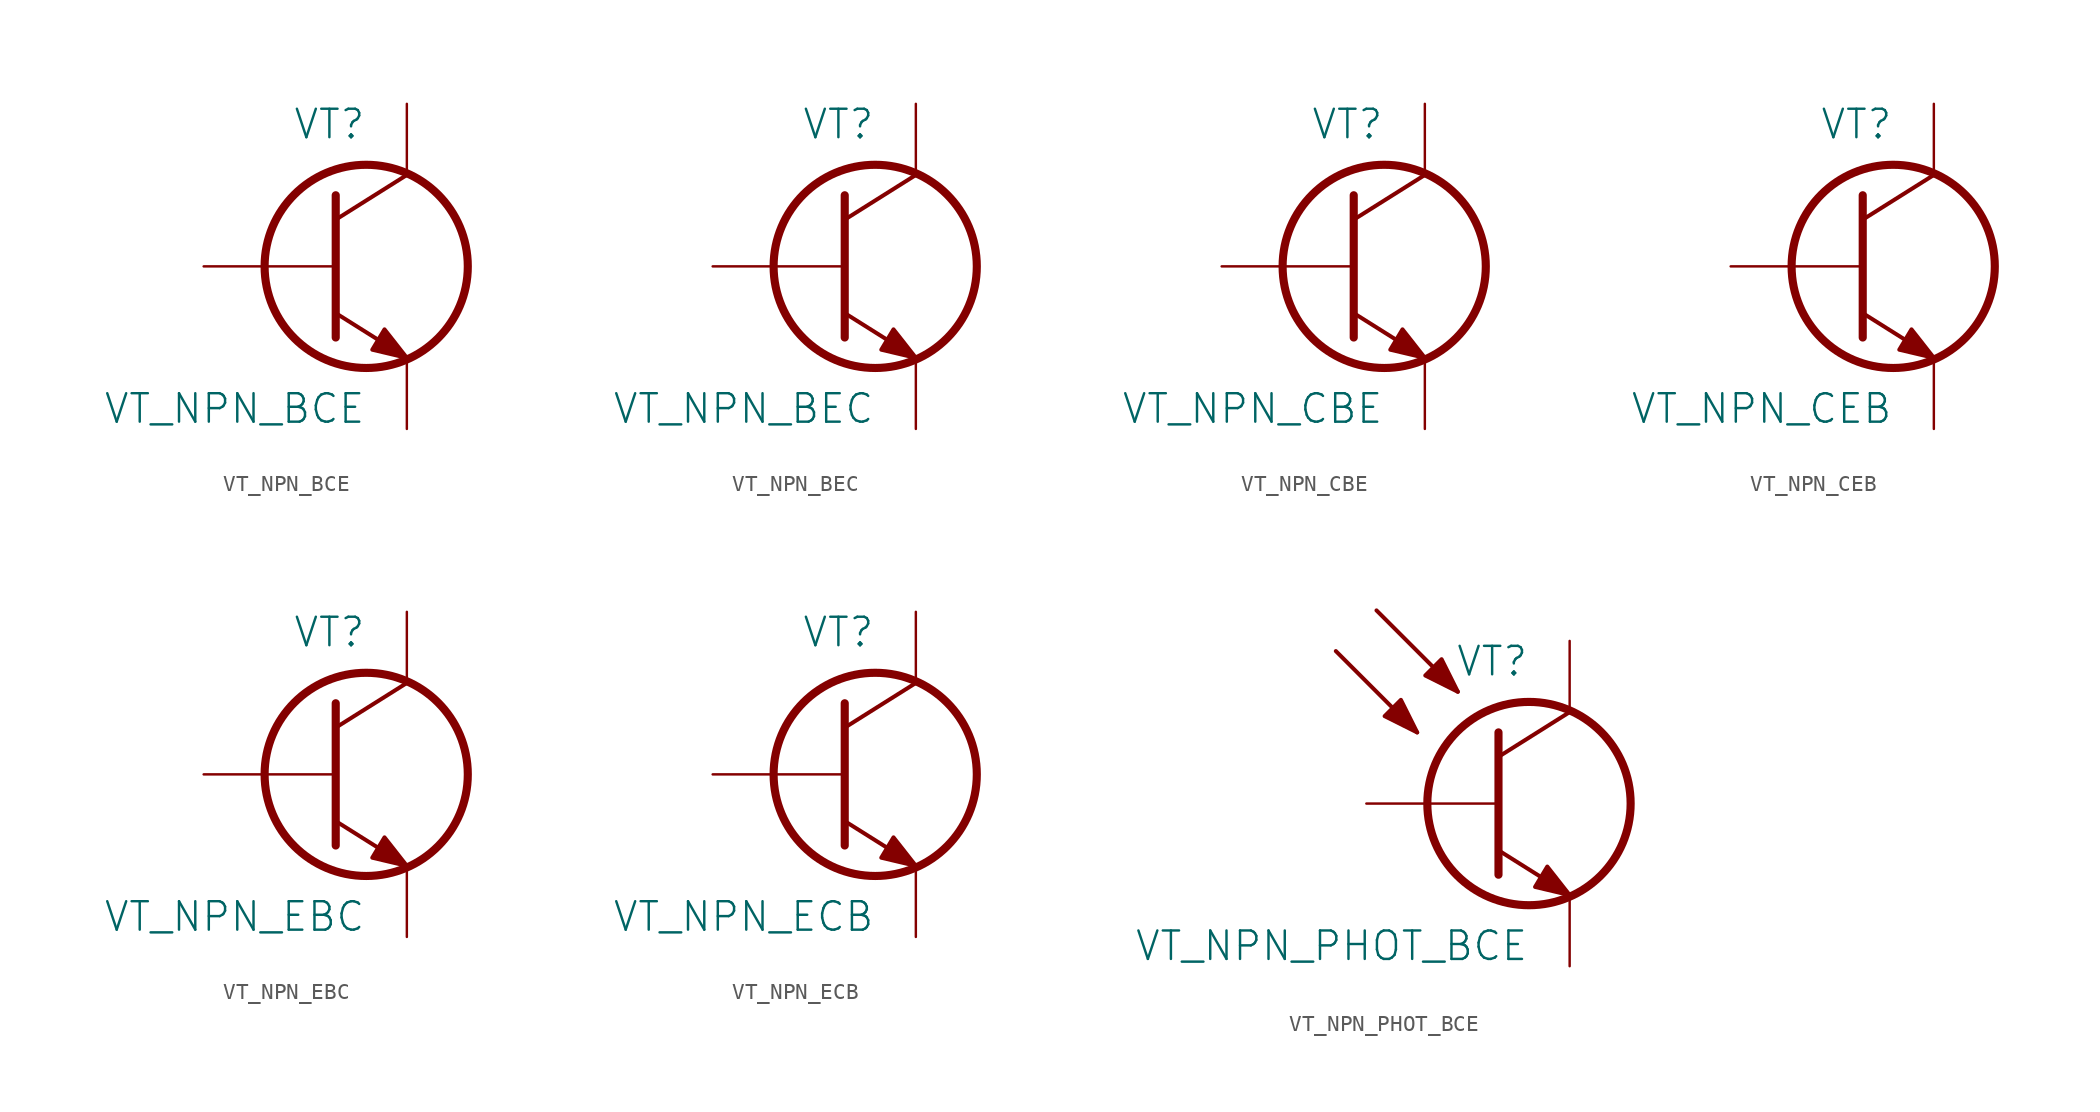
<source format=kicad_sym>
(kicad_symbol_lib
  (version 20211014)
  (generator kicad_symbol_editor)
  (symbol "VT_NPN_BCE"
    (pin_names
      (offset 0))
    (property "Reference" "VT"
      (at 0 8.89 0)
      (effects (font (size 1.778 1.778)) (justify right)))
    (property "Value" "VT_NPN_BCE"
      (at 0 -8.89 0)
      (effects (font (size 1.778 1.778)) (justify right)))
    (symbol "VT_NPN_BCE_0_1"
      (polyline (pts (xy -10.16 0) (xy -1.905 0)) (stroke (width 0) (type default) (color 0 0 0 0)) (fill (type none)))
      (polyline (pts (xy -1.905 -2.921) (xy 2.54 -5.715)) (stroke (width 0.254) (type default) (color 0 0 0 0)) (fill (type none)))
      (polyline (pts (xy 2.54 -5.715) (xy 2.54 -10.16)) (stroke (width 0) (type default) (color 0 0 0 0)) (fill (type none)))
      (polyline (pts (xy 2.54 5.715) (xy -1.905 2.921)) (stroke (width 0.254) (type default) (color 0 0 0 0)) (fill (type none)))
      (polyline (pts (xy 2.54 10.16) (xy 2.54 5.715)) (stroke (width 0) (type default) (color 0 0 0 0)) (fill (type none)))
      (polyline (pts (xy 2.54 -5.715) (xy 0.381 -5.207) (xy 1.143 -3.937) (xy 2.54 -5.715)) (stroke (width 0.254) (type default) (color 0 0 0 0)) (fill (type outline)))
      (circle (center 0 0) (radius 6.35) (stroke (width 0.508) (type default) (color 0 0 0 0)) (fill (type none))))
    (symbol "VT_NPN_BCE_1_1"
      (polyline (pts (xy -1.905 4.445) (xy -1.905 -4.445)) (stroke (width 0.508) (type default) (color 0 0 0 0)) (fill (type none)))
      (pin passive line (at -10.16 0 0) (length 2.54) hide (name "B" (effects (font (size 1.27 1.27)))) (number "1" (effects (font (size 1.27 1.27)))))
      (pin passive line (at 2.54 10.16 270) (length 2.54) hide (name "C" (effects (font (size 1.27 1.27)))) (number "2" (effects (font (size 1.27 1.27)))))
      (pin passive line (at 2.54 -10.16 90) (length 2.54) hide (name "E" (effects (font (size 1.27 1.27)))) (number "3" (effects (font (size 1.27 1.27)))))))
  (symbol "VT_NPN_BEC"
    (pin_names
      (offset 0))
    (property "Reference" "VT"
      (at 0 8.89 0)
      (effects (font (size 1.778 1.778)) (justify right)))
    (property "Value" "VT_NPN_BEC"
      (at 0 -8.89 0)
      (effects (font (size 1.778 1.778)) (justify right)))
    (symbol "VT_NPN_BEC_0_1"
      (polyline (pts (xy -10.16 0) (xy -1.905 0)) (stroke (width 0) (type default) (color 0 0 0 0)) (fill (type none)))
      (polyline (pts (xy -1.905 -2.921) (xy 2.54 -5.715)) (stroke (width 0.254) (type default) (color 0 0 0 0)) (fill (type none)))
      (polyline (pts (xy 2.54 -5.715) (xy 2.54 -10.16)) (stroke (width 0) (type default) (color 0 0 0 0)) (fill (type none)))
      (polyline (pts (xy 2.54 5.715) (xy -1.905 2.921)) (stroke (width 0.254) (type default) (color 0 0 0 0)) (fill (type none)))
      (polyline (pts (xy 2.54 10.16) (xy 2.54 5.715)) (stroke (width 0) (type default) (color 0 0 0 0)) (fill (type none)))
      (polyline (pts (xy 2.54 -5.715) (xy 0.381 -5.207) (xy 1.143 -3.937) (xy 2.54 -5.715)) (stroke (width 0.254) (type default) (color 0 0 0 0)) (fill (type outline)))
      (circle (center 0 0) (radius 6.35) (stroke (width 0.508) (type default) (color 0 0 0 0)) (fill (type none))))
    (symbol "VT_NPN_BEC_1_1"
      (polyline (pts (xy -1.905 4.445) (xy -1.905 -4.445)) (stroke (width 0.508) (type default) (color 0 0 0 0)) (fill (type none)))
      (pin passive line (at -10.16 0 0) (length 2.54) hide (name "B" (effects (font (size 1.27 1.27)))) (number "1" (effects (font (size 1.27 1.27)))))
      (pin passive line (at 2.54 -10.16 90) (length 2.54) hide (name "E" (effects (font (size 1.27 1.27)))) (number "2" (effects (font (size 1.27 1.27)))))
      (pin passive line (at 2.54 10.16 270) (length 2.54) hide (name "C" (effects (font (size 1.27 1.27)))) (number "3" (effects (font (size 1.27 1.27)))))))
  (symbol "VT_NPN_CBE"
    (pin_names
      (offset 0))
    (property "Reference" "VT"
      (at 0 8.89 0)
      (effects (font (size 1.778 1.778)) (justify right)))
    (property "Value" "VT_NPN_CBE"
      (at 0 -8.89 0)
      (effects (font (size 1.778 1.778)) (justify right)))
    (symbol "VT_NPN_CBE_0_1"
      (polyline (pts (xy -10.16 0) (xy -1.905 0)) (stroke (width 0) (type default) (color 0 0 0 0)) (fill (type none)))
      (polyline (pts (xy -1.905 -2.921) (xy 2.54 -5.715)) (stroke (width 0.254) (type default) (color 0 0 0 0)) (fill (type none)))
      (polyline (pts (xy 2.54 -5.715) (xy 2.54 -10.16)) (stroke (width 0) (type default) (color 0 0 0 0)) (fill (type none)))
      (polyline (pts (xy 2.54 5.715) (xy -1.905 2.921)) (stroke (width 0.254) (type default) (color 0 0 0 0)) (fill (type none)))
      (polyline (pts (xy 2.54 10.16) (xy 2.54 5.715)) (stroke (width 0) (type default) (color 0 0 0 0)) (fill (type none)))
      (polyline (pts (xy 2.54 -5.715) (xy 0.381 -5.207) (xy 1.143 -3.937) (xy 2.54 -5.715)) (stroke (width 0.254) (type default) (color 0 0 0 0)) (fill (type outline)))
      (circle (center 0 0) (radius 6.35) (stroke (width 0.508) (type default) (color 0 0 0 0)) (fill (type none))))
    (symbol "VT_NPN_CBE_1_1"
      (polyline (pts (xy -1.905 4.445) (xy -1.905 -4.445)) (stroke (width 0.508) (type default) (color 0 0 0 0)) (fill (type none)))
      (pin passive line (at 2.54 10.16 270) (length 2.54) hide (name "C" (effects (font (size 1.27 1.27)))) (number "1" (effects (font (size 1.27 1.27)))))
      (pin passive line (at -10.16 0 0) (length 2.54) hide (name "B" (effects (font (size 1.27 1.27)))) (number "2" (effects (font (size 1.27 1.27)))))
      (pin passive line (at 2.54 -10.16 90) (length 2.54) hide (name "E" (effects (font (size 1.27 1.27)))) (number "3" (effects (font (size 1.27 1.27)))))))
  (symbol "VT_NPN_CEB"
    (pin_names
      (offset 0))
    (property "Reference" "VT"
      (at 0 8.89 0)
      (effects (font (size 1.778 1.778)) (justify right)))
    (property "Value" "VT_NPN_CEB"
      (at 0 -8.89 0)
      (effects (font (size 1.778 1.778)) (justify right)))
    (symbol "VT_NPN_CEB_0_1"
      (polyline (pts (xy -10.16 0) (xy -1.905 0)) (stroke (width 0) (type default) (color 0 0 0 0)) (fill (type none)))
      (polyline (pts (xy -1.905 -2.921) (xy 2.54 -5.715)) (stroke (width 0.254) (type default) (color 0 0 0 0)) (fill (type none)))
      (polyline (pts (xy 2.54 -5.715) (xy 2.54 -10.16)) (stroke (width 0) (type default) (color 0 0 0 0)) (fill (type none)))
      (polyline (pts (xy 2.54 5.715) (xy -1.905 2.921)) (stroke (width 0.254) (type default) (color 0 0 0 0)) (fill (type none)))
      (polyline (pts (xy 2.54 10.16) (xy 2.54 5.715)) (stroke (width 0) (type default) (color 0 0 0 0)) (fill (type none)))
      (polyline (pts (xy 2.54 -5.715) (xy 0.381 -5.207) (xy 1.143 -3.937) (xy 2.54 -5.715)) (stroke (width 0.254) (type default) (color 0 0 0 0)) (fill (type outline)))
      (circle (center 0 0) (radius 6.35) (stroke (width 0.508) (type default) (color 0 0 0 0)) (fill (type none))))
    (symbol "VT_NPN_CEB_1_1"
      (polyline (pts (xy -1.905 4.445) (xy -1.905 -4.445)) (stroke (width 0.508) (type default) (color 0 0 0 0)) (fill (type none)))
      (pin passive line (at 2.54 10.16 270) (length 2.54) hide (name "C" (effects (font (size 1.27 1.27)))) (number "1" (effects (font (size 1.27 1.27)))))
      (pin passive line (at 2.54 -10.16 90) (length 2.54) hide (name "E" (effects (font (size 1.27 1.27)))) (number "2" (effects (font (size 1.27 1.27)))))
      (pin passive line (at -10.16 0 0) (length 2.54) hide (name "B" (effects (font (size 1.27 1.27)))) (number "3" (effects (font (size 1.27 1.27)))))))
  (symbol "VT_NPN_EBC"
    (pin_names
      (offset 0))
    (property "Reference" "VT"
      (at 0 8.89 0)
      (effects (font (size 1.778 1.778)) (justify right)))
    (property "Value" "VT_NPN_EBC"
      (at 0 -8.89 0)
      (effects (font (size 1.778 1.778)) (justify right)))
    (symbol "VT_NPN_EBC_0_1"
      (polyline (pts (xy -10.16 0) (xy -1.905 0)) (stroke (width 0) (type default) (color 0 0 0 0)) (fill (type none)))
      (polyline (pts (xy -1.905 -2.921) (xy 2.54 -5.715)) (stroke (width 0.254) (type default) (color 0 0 0 0)) (fill (type none)))
      (polyline (pts (xy 2.54 -5.715) (xy 2.54 -10.16)) (stroke (width 0) (type default) (color 0 0 0 0)) (fill (type none)))
      (polyline (pts (xy 2.54 5.715) (xy -1.905 2.921)) (stroke (width 0.254) (type default) (color 0 0 0 0)) (fill (type none)))
      (polyline (pts (xy 2.54 10.16) (xy 2.54 5.715)) (stroke (width 0) (type default) (color 0 0 0 0)) (fill (type none)))
      (polyline (pts (xy 2.54 -5.715) (xy 0.381 -5.207) (xy 1.143 -3.937) (xy 2.54 -5.715)) (stroke (width 0.254) (type default) (color 0 0 0 0)) (fill (type outline)))
      (circle (center 0 0) (radius 6.35) (stroke (width 0.508) (type default) (color 0 0 0 0)) (fill (type none))))
    (symbol "VT_NPN_EBC_1_1"
      (polyline (pts (xy -1.905 4.445) (xy -1.905 -4.445)) (stroke (width 0.508) (type default) (color 0 0 0 0)) (fill (type none)))
      (pin passive line (at 2.54 -10.16 90) (length 2.54) hide (name "E" (effects (font (size 1.27 1.27)))) (number "1" (effects (font (size 1.27 1.27)))))
      (pin passive line (at -10.16 0 0) (length 2.54) hide (name "B" (effects (font (size 1.27 1.27)))) (number "2" (effects (font (size 1.27 1.27)))))
      (pin passive line (at 2.54 10.16 270) (length 2.54) hide (name "C" (effects (font (size 1.27 1.27)))) (number "3" (effects (font (size 1.27 1.27)))))))
  (symbol "VT_NPN_ECB"
    (pin_names
      (offset 0))
    (property "Reference" "VT"
      (at 0 8.89 0)
      (effects (font (size 1.778 1.778)) (justify right)))
    (property "Value" "VT_NPN_ECB"
      (at 0 -8.89 0)
      (effects (font (size 1.778 1.778)) (justify right)))
    (symbol "VT_NPN_ECB_0_1"
      (polyline (pts (xy -10.16 0) (xy -1.905 0)) (stroke (width 0) (type default) (color 0 0 0 0)) (fill (type none)))
      (polyline (pts (xy -1.905 -2.921) (xy 2.54 -5.715)) (stroke (width 0.254) (type default) (color 0 0 0 0)) (fill (type none)))
      (polyline (pts (xy 2.54 -5.715) (xy 2.54 -10.16)) (stroke (width 0) (type default) (color 0 0 0 0)) (fill (type none)))
      (polyline (pts (xy 2.54 5.715) (xy -1.905 2.921)) (stroke (width 0.254) (type default) (color 0 0 0 0)) (fill (type none)))
      (polyline (pts (xy 2.54 10.16) (xy 2.54 5.715)) (stroke (width 0) (type default) (color 0 0 0 0)) (fill (type none)))
      (polyline (pts (xy 2.54 -5.715) (xy 0.381 -5.207) (xy 1.143 -3.937) (xy 2.54 -5.715)) (stroke (width 0.254) (type default) (color 0 0 0 0)) (fill (type outline)))
      (circle (center 0 0) (radius 6.35) (stroke (width 0.508) (type default) (color 0 0 0 0)) (fill (type none))))
    (symbol "VT_NPN_ECB_1_1"
      (polyline (pts (xy -1.905 4.445) (xy -1.905 -4.445)) (stroke (width 0.508) (type default) (color 0 0 0 0)) (fill (type none)))
      (pin passive line (at 2.54 -10.16 90) (length 2.54) hide (name "E" (effects (font (size 1.27 1.27)))) (number "1" (effects (font (size 1.27 1.27)))))
      (pin passive line (at 2.54 10.16 270) (length 2.54) hide (name "C" (effects (font (size 1.27 1.27)))) (number "2" (effects (font (size 1.27 1.27)))))
      (pin passive line (at -10.16 0 0) (length 2.54) hide (name "B" (effects (font (size 1.27 1.27)))) (number "3" (effects (font (size 1.27 1.27)))))))
  (symbol "VT_NPN_PHOT_BCE"
    (pin_names
      (offset 0))
    (property "Reference" "VT"
      (at 0 8.89 0)
      (effects (font (size 1.778 1.778)) (justify right)))
    (property "Value" "VT_NPN_PHOT_BCE"
      (at 0 -8.89 0)
      (effects (font (size 1.778 1.778)) (justify right)))
    (symbol "VT_NPN_PHOT_BCE_0_1"
      (polyline (pts (xy -12.065 9.525) (xy -6.985 4.445)) (stroke (width 0.254) (type default) (color 0 0 0 0)) (fill (type none)))
      (polyline (pts (xy -10.16 0) (xy -1.905 0)) (stroke (width 0) (type default) (color 0 0 0 0)) (fill (type none)))
      (polyline (pts (xy -9.525 12.065) (xy -4.445 6.985)) (stroke (width 0.254) (type default) (color 0 0 0 0)) (fill (type none)))
      (polyline (pts (xy -1.905 -2.921) (xy 2.54 -5.715)) (stroke (width 0.254) (type default) (color 0 0 0 0)) (fill (type none)))
      (polyline (pts (xy -1.905 4.445) (xy -1.905 -4.445)) (stroke (width 0.508) (type default) (color 0 0 0 0)) (fill (type none)))
      (polyline (pts (xy 2.54 -5.715) (xy 2.54 -10.16)) (stroke (width 0) (type default) (color 0 0 0 0)) (fill (type none)))
      (polyline (pts (xy 2.54 5.715) (xy -1.905 2.921)) (stroke (width 0.254) (type default) (color 0 0 0 0)) (fill (type none)))
      (polyline (pts (xy 2.54 10.16) (xy 2.54 5.715)) (stroke (width 0) (type default) (color 0 0 0 0)) (fill (type none)))
      (polyline (pts (xy -6.985 4.445) (xy -9.017 5.461) (xy -8.001 6.477) (xy -6.985 4.445)) (stroke (width 0.254) (type default) (color 0 0 0 0)) (fill (type outline)))
      (polyline (pts (xy -4.445 6.985) (xy -6.477 8.001) (xy -5.461 9.017) (xy -4.445 6.985)) (stroke (width 0.254) (type default) (color 0 0 0 0)) (fill (type outline)))
      (polyline (pts (xy 2.54 -5.715) (xy 0.381 -5.207) (xy 1.143 -3.937) (xy 2.54 -5.715)) (stroke (width 0.254) (type default) (color 0 0 0 0)) (fill (type outline)))
      (circle (center 0 0) (radius 6.35) (stroke (width 0.508) (type default) (color 0 0 0 0)) (fill (type none))))
    (symbol "VT_NPN_PHOT_BCE_1_1"
      (pin passive line (at -10.16 0 0) (length 2.54) hide (name "B" (effects (font (size 1.27 1.27)))) (number "1" (effects (font (size 1.27 1.27)))))
      (pin passive line (at 2.54 10.16 270) (length 2.54) hide (name "C" (effects (font (size 1.27 1.27)))) (number "2" (effects (font (size 1.27 1.27)))))
      (pin passive line (at 2.54 -10.16 90) (length 2.54) hide (name "E" (effects (font (size 1.27 1.27)))) (number "3" (effects (font (size 1.27 1.27))))))))
</source>
